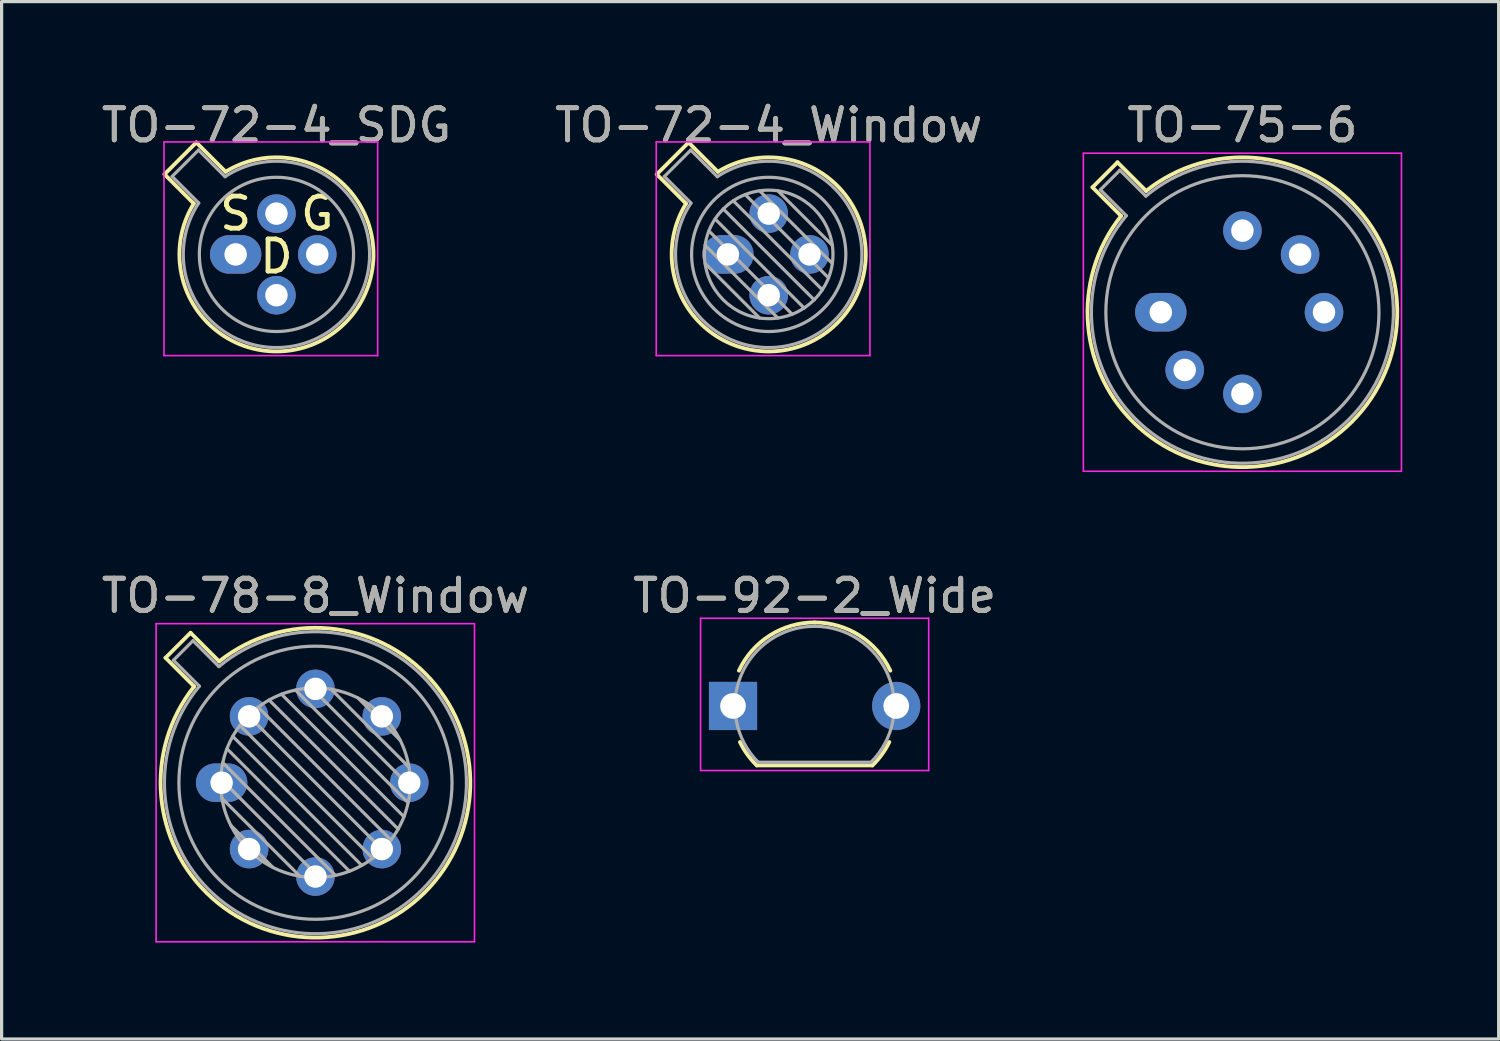
<source format=kicad_pcb>
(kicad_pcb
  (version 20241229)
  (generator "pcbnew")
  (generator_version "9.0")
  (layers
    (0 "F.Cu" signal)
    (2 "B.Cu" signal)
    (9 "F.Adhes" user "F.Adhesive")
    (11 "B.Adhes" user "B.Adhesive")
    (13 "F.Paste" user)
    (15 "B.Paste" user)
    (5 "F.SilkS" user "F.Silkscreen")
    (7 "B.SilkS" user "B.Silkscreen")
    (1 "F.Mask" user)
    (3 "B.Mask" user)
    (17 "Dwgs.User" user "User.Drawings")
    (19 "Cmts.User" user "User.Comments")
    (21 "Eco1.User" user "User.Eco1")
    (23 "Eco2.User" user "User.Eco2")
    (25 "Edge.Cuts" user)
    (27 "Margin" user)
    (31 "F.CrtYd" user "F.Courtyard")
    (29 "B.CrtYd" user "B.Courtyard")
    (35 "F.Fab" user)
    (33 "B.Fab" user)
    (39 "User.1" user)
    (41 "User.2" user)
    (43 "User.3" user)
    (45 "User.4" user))
  (footprint "TO-92-2_Wide"
    (layer "F.Cu")
    (at 19.764 18.922)
    (property "Reference" "TO-92-2_Wide" (at 2.54 -3.43 0) (layer "F.SilkS") (effects (font (size 1 1) (thickness 0.15))))
    (attr through_hole)
    (fp_line (start 0.74 1.85) (end 4.34 1.85) (stroke (width 0.12) (type solid)) (layer "F.SilkS"))
    (fp_arc (start 0.1836 -1.098807) (mid 1.143021 -2.192817) (end 2.54 -2.6) (stroke (width 0.12) (type solid)) (layer "F.SilkS"))
    (fp_arc (start 0.74 1.85) (mid 0.446097 1.509328) (end 0.215816 1.122795) (stroke (width 0.12) (type solid)) (layer "F.SilkS"))
    (fp_arc (start 2.54 -2.6) (mid 3.936979 -2.192818) (end 4.8964 -1.098807) (stroke (width 0.12) (type solid)) (layer "F.SilkS"))
    (fp_arc (start 4.864184 1.122795) (mid 4.633903 1.509328) (end 4.34 1.85) (stroke (width 0.12) (type solid)) (layer "F.SilkS"))
    (fp_line (start -1.01 -2.73) (end -1.01 2.01) (stroke (width 0.05) (type solid)) (layer "F.CrtYd"))
    (fp_line (start -1.01 -2.73) (end 6.09 -2.73) (stroke (width 0.05) (type solid)) (layer "F.CrtYd"))
    (fp_line (start 6.09 2.01) (end -1.01 2.01) (stroke (width 0.05) (type solid)) (layer "F.CrtYd"))
    (fp_line (start 6.09 2.01) (end 6.09 -2.73) (stroke (width 0.05) (type solid)) (layer "F.CrtYd"))
    (fp_line (start 0.8 1.75) (end 4.3 1.75) (stroke (width 0.1) (type solid)) (layer "F.Fab"))
    (fp_arc (start 0.786375 1.753625) (mid 0.248779 -0.949055) (end 2.54 -2.48) (stroke (width 0.1) (type solid)) (layer "F.Fab"))
    (fp_arc (start 2.54 -2.48) (mid 4.831221 -0.949055) (end 4.293625 1.753625) (stroke (width 0.1) (type solid)) (layer "F.Fab"))
    (fp_text user "${REFERENCE}" (at 2.54 -3.43 0) (layer "F.Fab") (effects (font (size 1 1) (thickness 0.15))))
    (pad "1" thru_hole rect (at 0 0 90) (size 1.5 1.5) (drill 0.8) (layers "*.Cu" "*.Mask"))
    (pad "2" thru_hole circle (at 5.08 0 90) (size 1.5 1.5) (drill 0.8) (layers "*.Cu" "*.Mask")))
  (footprint "TO-75-6"
    (layer "F.Cu")
    (at 33.078 6.668)
    (property "Reference" "TO-75-6" (at 2.54 -5.82 0) (layer "F.SilkS") (effects (font (size 1 1) (thickness 0.15))))
    (attr through_hole)
    (fp_line (start -2.126 -3.888) (end -1.235 -2.997) (stroke (width 0.12) (type solid)) (layer "F.SilkS"))
    (fp_line (start -1.348 -4.666) (end -2.126 -3.888) (stroke (width 0.12) (type solid)) (layer "F.SilkS"))
    (fp_line (start -0.457 -3.775) (end -1.348 -4.666) (stroke (width 0.12) (type solid)) (layer "F.SilkS"))
    (fp_arc (start -0.457084 -3.774902) (mid 5.948125 3.408384) (end -1.234674 -2.997371) (stroke (width 0.12) (type solid)) (layer "F.SilkS"))
    (fp_line (start -2.41 -4.95) (end -2.41 4.95) (stroke (width 0.05) (type solid)) (layer "F.CrtYd"))
    (fp_line (start -2.41 4.95) (end 7.49 4.95) (stroke (width 0.05) (type solid)) (layer "F.CrtYd"))
    (fp_line (start 7.49 -4.95) (end -2.41 -4.95) (stroke (width 0.05) (type solid)) (layer "F.CrtYd"))
    (fp_line (start 7.49 4.95) (end 7.49 -4.95) (stroke (width 0.05) (type solid)) (layer "F.CrtYd"))
    (fp_line (start -1.88 -3.812) (end -1.074 -3.005) (stroke (width 0.1) (type solid)) (layer "F.Fab"))
    (fp_line (start -1.272 -4.42) (end -1.88 -3.812) (stroke (width 0.1) (type solid)) (layer "F.Fab"))
    (fp_line (start -0.465 -3.614) (end -1.272 -4.42) (stroke (width 0.1) (type solid)) (layer "F.Fab"))
    (fp_arc (start -0.465408 -3.61352) (mid 5.863443 3.323361) (end -1.073594 -3.005319) (stroke (width 0.1) (type solid)) (layer "F.Fab"))
    (fp_circle (center 2.54 0) (end 6.79 0) (stroke (width 0.1) (type solid)) (fill no) (layer "F.Fab"))
    (fp_text user "${REFERENCE}" (at 2.54 -5.82 0) (layer "F.Fab") (effects (font (size 1 1) (thickness 0.15))))
    (pad "1" thru_hole oval (at 0 0) (size 1.6 1.2) (drill 0.7) (layers "*.Cu" "*.Mask"))
    (pad "2" thru_hole oval (at 0.744 1.796) (size 1.2 1.2) (drill 0.7) (layers "*.Cu" "*.Mask"))
    (pad "3" thru_hole oval (at 2.54 2.54) (size 1.2 1.2) (drill 0.7) (layers "*.Cu" "*.Mask"))
    (pad "4" thru_hole oval (at 5.08 0) (size 1.2 1.2) (drill 0.7) (layers "*.Cu" "*.Mask"))
    (pad "5" thru_hole oval (at 4.336 -1.796) (size 1.2 1.2) (drill 0.7) (layers "*.Cu" "*.Mask"))
    (pad "6" thru_hole oval (at 2.54 -2.54) (size 1.2 1.2) (drill 0.7) (layers "*.Cu" "*.Mask")))
  (footprint "TO-78-8_Window"
    (layer "F.Cu")
    (at 3.848 21.311)
    (property "Reference" "TO-78-8_Window" (at 2.92 -5.82 0) (layer "F.SilkS") (effects (font (size 1 1) (thickness 0.15))))
    (attr through_hole)
    (fp_line (start -1.746 -3.888) (end -0.855 -2.997) (stroke (width 0.12) (type solid)) (layer "F.SilkS"))
    (fp_line (start -0.968 -4.666) (end -1.746 -3.888) (stroke (width 0.12) (type solid)) (layer "F.SilkS"))
    (fp_line (start -0.077 -3.775) (end -0.968 -4.666) (stroke (width 0.12) (type solid)) (layer "F.SilkS"))
    (fp_arc (start -0.077084 -3.774902) (mid 6.328125 3.408384) (end -0.854674 -2.997371) (stroke (width 0.12) (type solid)) (layer "F.SilkS"))
    (fp_line (start -2.04 -4.95) (end -2.04 4.95) (stroke (width 0.05) (type solid)) (layer "F.CrtYd"))
    (fp_line (start -2.04 4.95) (end 7.87 4.95) (stroke (width 0.05) (type solid)) (layer "F.CrtYd"))
    (fp_line (start 7.87 -4.95) (end -2.04 -4.95) (stroke (width 0.05) (type solid)) (layer "F.CrtYd"))
    (fp_line (start 7.87 4.95) (end 7.87 -4.95) (stroke (width 0.05) (type solid)) (layer "F.CrtYd"))
    (fp_line (start -1.5 -3.812) (end -0.694 -3.005) (stroke (width 0.1) (type solid)) (layer "F.Fab"))
    (fp_line (start -0.892 -4.42) (end -1.5 -3.812) (stroke (width 0.1) (type solid)) (layer "F.Fab"))
    (fp_line (start -0.085 -3.614) (end -0.892 -4.42) (stroke (width 0.1) (type solid)) (layer "F.Fab"))
    (fp_line (start -0.028 -0.12) (end 3.04 2.948) (stroke (width 0.1) (type solid)) (layer "F.Fab"))
    (fp_line (start 0.009 0.485) (end 2.435 2.911) (stroke (width 0.1) (type solid)) (layer "F.Fab"))
    (fp_line (start 0.036 -0.622) (end 3.542 2.884) (stroke (width 0.1) (type solid)) (layer "F.Fab"))
    (fp_line (start 0.165 -1.058) (end 3.978 2.755) (stroke (width 0.1) (type solid)) (layer "F.Fab"))
    (fp_line (start 0.283 1.324) (end 1.596 2.637) (stroke (width 0.1) (type solid)) (layer "F.Fab"))
    (fp_line (start 0.346 -1.443) (end 4.363 2.574) (stroke (width 0.1) (type solid)) (layer "F.Fab"))
    (fp_line (start 0.57 -1.784) (end 4.704 2.35) (stroke (width 0.1) (type solid)) (layer "F.Fab"))
    (fp_line (start 0.834 -2.086) (end 5.006 2.086) (stroke (width 0.1) (type solid)) (layer "F.Fab"))
    (fp_line (start 1.136 -2.35) (end 5.27 1.784) (stroke (width 0.1) (type solid)) (layer "F.Fab"))
    (fp_line (start 1.477 -2.574) (end 5.494 1.443) (stroke (width 0.1) (type solid)) (layer "F.Fab"))
    (fp_line (start 1.862 -2.755) (end 5.675 1.058) (stroke (width 0.1) (type solid)) (layer "F.Fab"))
    (fp_line (start 2.298 -2.884) (end 5.804 0.622) (stroke (width 0.1) (type solid)) (layer "F.Fab"))
    (fp_line (start 2.8 -2.948) (end 5.868 0.12) (stroke (width 0.1) (type solid)) (layer "F.Fab"))
    (fp_line (start 3.405 -2.911) (end 5.831 -0.485) (stroke (width 0.1) (type solid)) (layer "F.Fab"))
    (fp_line (start 4.244 -2.637) (end 5.557 -1.324) (stroke (width 0.1) (type solid)) (layer "F.Fab"))
    (fp_arc (start -0.085408 -3.61352) (mid 6.243443 3.323361) (end -0.693594 -3.005319) (stroke (width 0.1) (type solid)) (layer "F.Fab"))
    (fp_circle (center 2.92 0) (end 5.87 0) (stroke (width 0.1) (type solid)) (fill no) (layer "F.Fab"))
    (fp_circle (center 2.92 0) (end 7.17 0) (stroke (width 0.1) (type solid)) (fill no) (layer "F.Fab"))
    (fp_text user "${REFERENCE}" (at 2.92 -5.82 0) (layer "F.Fab") (effects (font (size 1 1) (thickness 0.15))))
    (pad "1" thru_hole oval (at 0 0) (size 1.6 1.2) (drill 0.7) (layers "*.Cu" "*.Mask"))
    (pad "2" thru_hole oval (at 0.855 2.065) (size 1.2 1.2) (drill 0.7) (layers "*.Cu" "*.Mask"))
    (pad "3" thru_hole oval (at 2.92 2.92) (size 1.2 1.2) (drill 0.7) (layers "*.Cu" "*.Mask"))
    (pad "4" thru_hole oval (at 4.985 2.065) (size 1.2 1.2) (drill 0.7) (layers "*.Cu" "*.Mask"))
    (pad "5" thru_hole oval (at 5.84 0) (size 1.2 1.2) (drill 0.7) (layers "*.Cu" "*.Mask"))
    (pad "6" thru_hole oval (at 4.985 -2.065) (size 1.2 1.2) (drill 0.7) (layers "*.Cu" "*.Mask"))
    (pad "7" thru_hole oval (at 2.92 -2.92) (size 1.2 1.2) (drill 0.7) (layers "*.Cu" "*.Mask"))
    (pad "8" thru_hole oval (at 0.855 -2.065) (size 1.2 1.2) (drill 0.7) (layers "*.Cu" "*.Mask")))
  (footprint "TO-72-4_SDG"
    (layer "F.Cu")
    (at 4.284 4.868)
    (property "Reference" "TO-72-4_SDG" (at 1.27 -4.02 0) (layer "F.SilkS") (effects (font (size 1 1) (thickness 0.15))))
    (attr through_hole)
    (fp_line (start -2.214 -2.494) (end -1.302 -1.582) (stroke (width 0.12) (type solid)) (layer "F.SilkS"))
    (fp_line (start -1.224 -3.484) (end -2.214 -2.494) (stroke (width 0.12) (type solid)) (layer "F.SilkS"))
    (fp_line (start -0.312 -2.572) (end -1.224 -3.484) (stroke (width 0.12) (type solid)) (layer "F.SilkS"))
    (fp_arc (start -0.312331 -2.572281) (mid 3.405374 2.135551) (end -1.30215 -1.582544) (stroke (width 0.12) (type solid)) (layer "F.SilkS"))
    (fp_line (start -2.23 -3.5) (end -2.23 3.15) (stroke (width 0.05) (type solid)) (layer "F.CrtYd"))
    (fp_line (start -2.23 3.15) (end 4.42 3.15) (stroke (width 0.05) (type solid)) (layer "F.CrtYd"))
    (fp_line (start 4.42 -3.5) (end -2.23 -3.5) (stroke (width 0.05) (type solid)) (layer "F.CrtYd"))
    (fp_line (start 4.42 3.15) (end 4.42 -3.5) (stroke (width 0.05) (type solid)) (layer "F.CrtYd"))
    (fp_line (start -1.977 -2.426) (end -1.149 -1.599) (stroke (width 0.1) (type solid)) (layer "F.Fab"))
    (fp_line (start -1.156 -3.247) (end -1.977 -2.426) (stroke (width 0.1) (type solid)) (layer "F.Fab"))
    (fp_line (start -0.329 -2.419) (end -1.156 -3.247) (stroke (width 0.1) (type solid)) (layer "F.Fab"))
    (fp_arc (start -0.329057 -2.419301) (mid 3.321076 2.050143) (end -1.150029 -1.597956) (stroke (width 0.1) (type solid)) (layer "F.Fab"))
    (fp_circle (center 1.27 0) (end 3.67 0) (stroke (width 0.1) (type solid)) (fill no) (layer "F.Fab"))
    (fp_text user "G" (at 2.54 -1.27 0) (layer "F.SilkS") (effects (font (size 1 1) (thickness 0.15))))
    (fp_text user "S" (at 0 -1.27 0) (layer "F.SilkS") (effects (font (size 1 1) (thickness 0.15))))
    (fp_text user "D" (at 1.27 0.064 0) (layer "F.SilkS") (effects (font (size 1 1) (thickness 0.15))))
    (fp_text user "${REFERENCE}" (at 1.27 -4.02 0) (layer "F.Fab") (effects (font (size 1 1) (thickness 0.15))))
    (pad "1" thru_hole oval (at 0 0) (size 1.6 1.2) (drill 0.7) (layers "*.Cu" "*.Mask"))
    (pad "2" thru_hole oval (at 1.27 1.27) (size 1.2 1.2) (drill 0.7) (layers "*.Cu" "*.Mask"))
    (pad "3" thru_hole oval (at 2.54 0) (size 1.2 1.2) (drill 0.7) (layers "*.Cu" "*.Mask"))
    (pad "4" thru_hole oval (at 1.27 -1.27) (size 1.2 1.2) (drill 0.7) (layers "*.Cu" "*.Mask")))
  (footprint "TO-72-4_Window"
    (layer "F.Cu")
    (at 19.605 4.868)
    (property "Reference" "TO-72-4_Window" (at 1.27 -4.02 0) (layer "F.SilkS") (effects (font (size 1 1) (thickness 0.15))))
    (attr through_hole)
    (fp_line (start -2.214 -2.494) (end -1.302 -1.582) (stroke (width 0.12) (type solid)) (layer "F.SilkS"))
    (fp_line (start -1.224 -3.484) (end -2.214 -2.494) (stroke (width 0.12) (type solid)) (layer "F.SilkS"))
    (fp_line (start -0.312 -2.572) (end -1.224 -3.484) (stroke (width 0.12) (type solid)) (layer "F.SilkS"))
    (fp_arc (start -0.312331 -2.572281) (mid 3.405374 2.135551) (end -1.30215 -1.582544) (stroke (width 0.12) (type solid)) (layer "F.SilkS"))
    (fp_line (start -2.23 -3.5) (end -2.23 3.15) (stroke (width 0.05) (type solid)) (layer "F.CrtYd"))
    (fp_line (start -2.23 3.15) (end 4.42 3.15) (stroke (width 0.05) (type solid)) (layer "F.CrtYd"))
    (fp_line (start 4.42 -3.5) (end -2.23 -3.5) (stroke (width 0.05) (type solid)) (layer "F.CrtYd"))
    (fp_line (start 4.42 3.15) (end 4.42 -3.5) (stroke (width 0.05) (type solid)) (layer "F.CrtYd"))
    (fp_line (start -1.977 -2.426) (end -1.149 -1.599) (stroke (width 0.1) (type solid)) (layer "F.Fab"))
    (fp_line (start -1.156 -3.247) (end -1.977 -2.426) (stroke (width 0.1) (type solid)) (layer "F.Fab"))
    (fp_line (start -0.71 -0.283) (end 1.553 1.98) (stroke (width 0.1) (type solid)) (layer "F.Fab"))
    (fp_line (start -0.71 0.283) (end 0.987 1.98) (stroke (width 0.1) (type solid)) (layer "F.Fab"))
    (fp_line (start -0.592 -0.731) (end 2.001 1.862) (stroke (width 0.1) (type solid)) (layer "F.Fab"))
    (fp_line (start -0.399 -1.103) (end 2.373 1.669) (stroke (width 0.1) (type solid)) (layer "F.Fab"))
    (fp_line (start -0.329 -2.419) (end -1.156 -3.247) (stroke (width 0.1) (type solid)) (layer "F.Fab"))
    (fp_line (start -0.145 -1.415) (end 2.685 1.415) (stroke (width 0.1) (type solid)) (layer "F.Fab"))
    (fp_line (start 0.167 -1.669) (end 2.939 1.103) (stroke (width 0.1) (type solid)) (layer "F.Fab"))
    (fp_line (start 0.539 -1.862) (end 3.132 0.731) (stroke (width 0.1) (type solid)) (layer "F.Fab"))
    (fp_line (start 0.987 -1.98) (end 3.25 0.283) (stroke (width 0.1) (type solid)) (layer "F.Fab"))
    (fp_line (start 1.553 -1.98) (end 3.25 -0.283) (stroke (width 0.1) (type solid)) (layer "F.Fab"))
    (fp_arc (start -0.329057 -2.419301) (mid 3.321076 2.050143) (end -1.150029 -1.597956) (stroke (width 0.1) (type solid)) (layer "F.Fab"))
    (fp_circle (center 1.27 0) (end 3.27 0) (stroke (width 0.1) (type solid)) (fill no) (layer "F.Fab"))
    (fp_circle (center 1.27 0) (end 3.67 0) (stroke (width 0.1) (type solid)) (fill no) (layer "F.Fab"))
    (fp_text user "${REFERENCE}" (at 1.27 -4.02 0) (layer "F.Fab") (effects (font (size 1 1) (thickness 0.15))))
    (pad "1" thru_hole oval (at 0 0) (size 1.6 1.2) (drill 0.7) (layers "*.Cu" "*.Mask"))
    (pad "2" thru_hole oval (at 1.27 1.27) (size 1.2 1.2) (drill 0.7) (layers "*.Cu" "*.Mask"))
    (pad "3" thru_hole oval (at 2.54 0) (size 1.2 1.2) (drill 0.7) (layers "*.Cu" "*.Mask"))
    (pad "4" thru_hole oval (at 1.27 -1.27) (size 1.2 1.2) (drill 0.7) (layers "*.Cu" "*.Mask")))
  (gr_rect
    (start -3 -3)
    (end 43.593 29.287)
    (stroke (width 0.1) (type default))
    (fill no)
    (layer "Edge.Cuts")))
</source>
